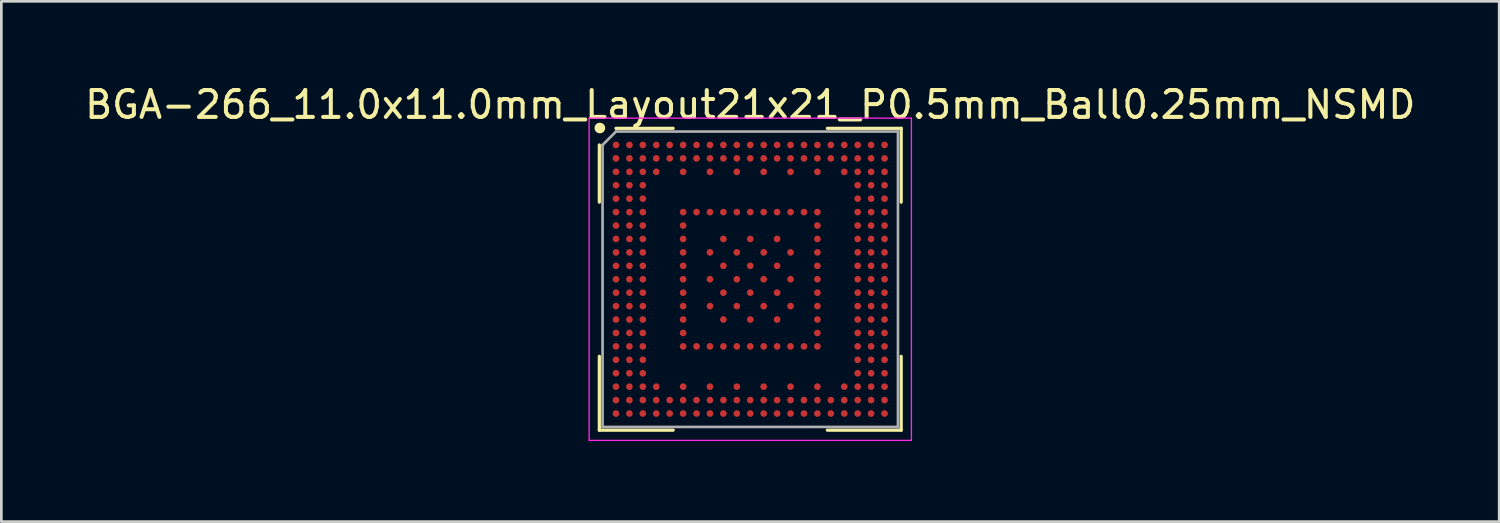
<source format=kicad_pcb>
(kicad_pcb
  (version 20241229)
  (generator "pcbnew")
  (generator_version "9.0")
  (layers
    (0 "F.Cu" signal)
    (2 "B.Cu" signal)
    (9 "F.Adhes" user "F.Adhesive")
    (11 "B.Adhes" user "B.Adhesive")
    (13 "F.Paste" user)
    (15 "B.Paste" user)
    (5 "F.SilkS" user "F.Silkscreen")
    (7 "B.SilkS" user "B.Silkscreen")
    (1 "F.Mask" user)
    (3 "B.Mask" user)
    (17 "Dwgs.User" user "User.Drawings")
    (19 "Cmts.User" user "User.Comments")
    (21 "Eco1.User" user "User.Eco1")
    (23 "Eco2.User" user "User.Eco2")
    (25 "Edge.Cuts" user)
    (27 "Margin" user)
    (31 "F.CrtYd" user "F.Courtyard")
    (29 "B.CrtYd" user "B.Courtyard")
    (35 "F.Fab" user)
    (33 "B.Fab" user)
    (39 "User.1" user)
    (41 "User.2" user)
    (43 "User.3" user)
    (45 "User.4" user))
  (footprint "BGA-266_11.0x11.0mm_Layout21x21_P0.5mm_Ball0.25mm_NSMD"
    (layer "F.Cu")
    (at 24.887 7.348)
    (property "Reference" "BGA-266_11.0x11.0mm_Layout21x21_P0.5mm_Ball0.25mm_NSMD" (at 0 -6.5 0) (layer "F.SilkS") (effects (font (size 1 1) (thickness 0.15))))
    (attr smd)
    (fp_line (start -5.62 -5) (end -5.62 -2.87) (stroke (width 0.12) (type default)) (layer "F.SilkS"))
    (fp_line (start -5.62 5.62) (end -5.62 2.87) (stroke (width 0.12) (type default)) (layer "F.SilkS"))
    (fp_line (start -2.87 -5.62) (end -5 -5.62) (stroke (width 0.12) (type default)) (layer "F.SilkS"))
    (fp_line (start -2.87 5.62) (end -5.62 5.62) (stroke (width 0.12) (type default)) (layer "F.SilkS"))
    (fp_line (start 2.87 -5.62) (end 5.62 -5.62) (stroke (width 0.12) (type default)) (layer "F.SilkS"))
    (fp_line (start 2.87 5.62) (end 5.62 5.62) (stroke (width 0.12) (type default)) (layer "F.SilkS"))
    (fp_line (start 5.62 -5.62) (end 5.62 -2.87) (stroke (width 0.12) (type default)) (layer "F.SilkS"))
    (fp_line (start 5.62 5.62) (end 5.62 2.87) (stroke (width 0.12) (type default)) (layer "F.SilkS"))
    (fp_circle (center -5.6 -5.631) (end -5.6 -5.631) (stroke (width 0.2) (type default)) (fill no) (layer "F.SilkS"))
    (fp_line (start -6 -6) (end 6 -6) (stroke (width 0.05) (type default)) (layer "F.CrtYd"))
    (fp_line (start -6 6) (end -6 -6) (stroke (width 0.05) (type default)) (layer "F.CrtYd"))
    (fp_line (start 6 -6) (end 6 6) (stroke (width 0.05) (type default)) (layer "F.CrtYd"))
    (fp_line (start 6 6) (end -6 6) (stroke (width 0.05) (type default)) (layer "F.CrtYd"))
    (fp_line (start -5.5 -5) (end -5.5 5.5) (stroke (width 0.1) (type default)) (layer "F.Fab"))
    (fp_line (start -5.5 5.5) (end 5.5 5.5) (stroke (width 0.1) (type default)) (layer "F.Fab"))
    (fp_line (start -5 -5.5) (end -5.5 -5) (stroke (width 0.1) (type default)) (layer "F.Fab"))
    (fp_line (start 5.5 -5.5) (end -5 -5.5) (stroke (width 0.1) (type default)) (layer "F.Fab"))
    (fp_line (start 5.5 5.5) (end 5.5 -5.5) (stroke (width 0.1) (type default)) (layer "F.Fab"))
    (pad "A1" smd circle (at -5 -5) (size 0.25 0.25) (layers "F.Cu" "F.Mask" "F.Paste"))
    (pad "A2" smd circle (at -4.5 -5) (size 0.25 0.25) (layers "F.Cu" "F.Mask" "F.Paste"))
    (pad "A3" smd circle (at -4 -5) (size 0.25 0.25) (layers "F.Cu" "F.Mask" "F.Paste"))
    (pad "A4" smd circle (at -3.5 -5) (size 0.25 0.25) (layers "F.Cu" "F.Mask" "F.Paste"))
    (pad "A5" smd circle (at -3 -5) (size 0.25 0.25) (layers "F.Cu" "F.Mask" "F.Paste"))
    (pad "A6" smd circle (at -2.5 -5) (size 0.25 0.25) (layers "F.Cu" "F.Mask" "F.Paste"))
    (pad "A7" smd circle (at -2 -5) (size 0.25 0.25) (layers "F.Cu" "F.Mask" "F.Paste"))
    (pad "A8" smd circle (at -1.5 -5) (size 0.25 0.25) (layers "F.Cu" "F.Mask" "F.Paste"))
    (pad "A9" smd circle (at -1 -5) (size 0.25 0.25) (layers "F.Cu" "F.Mask" "F.Paste"))
    (pad "A10" smd circle (at -0.5 -5) (size 0.25 0.25) (layers "F.Cu" "F.Mask" "F.Paste"))
    (pad "A11" smd circle (at 0 -5) (size 0.25 0.25) (layers "F.Cu" "F.Mask" "F.Paste"))
    (pad "A12" smd circle (at 0.5 -5) (size 0.25 0.25) (layers "F.Cu" "F.Mask" "F.Paste"))
    (pad "A13" smd circle (at 1 -5) (size 0.25 0.25) (layers "F.Cu" "F.Mask" "F.Paste"))
    (pad "A14" smd circle (at 1.5 -5) (size 0.25 0.25) (layers "F.Cu" "F.Mask" "F.Paste"))
    (pad "A15" smd circle (at 2 -5) (size 0.25 0.25) (layers "F.Cu" "F.Mask" "F.Paste"))
    (pad "A16" smd circle (at 2.5 -5) (size 0.25 0.25) (layers "F.Cu" "F.Mask" "F.Paste"))
    (pad "A17" smd circle (at 3 -5) (size 0.25 0.25) (layers "F.Cu" "F.Mask" "F.Paste"))
    (pad "A18" smd circle (at 3.5 -5) (size 0.25 0.25) (layers "F.Cu" "F.Mask" "F.Paste"))
    (pad "A19" smd circle (at 4 -5) (size 0.25 0.25) (layers "F.Cu" "F.Mask" "F.Paste"))
    (pad "A20" smd circle (at 4.5 -5) (size 0.25 0.25) (layers "F.Cu" "F.Mask" "F.Paste"))
    (pad "A21" smd circle (at 5 -5) (size 0.25 0.25) (layers "F.Cu" "F.Mask" "F.Paste"))
    (pad "AA1" smd circle (at -5 5) (size 0.25 0.25) (layers "F.Cu" "F.Mask" "F.Paste"))
    (pad "AA2" smd circle (at -4.5 5) (size 0.25 0.25) (layers "F.Cu" "F.Mask" "F.Paste"))
    (pad "AA3" smd circle (at -4 5) (size 0.25 0.25) (layers "F.Cu" "F.Mask" "F.Paste"))
    (pad "AA4" smd circle (at -3.5 5) (size 0.25 0.25) (layers "F.Cu" "F.Mask" "F.Paste"))
    (pad "AA5" smd circle (at -3 5) (size 0.25 0.25) (layers "F.Cu" "F.Mask" "F.Paste"))
    (pad "AA6" smd circle (at -2.5 5) (size 0.25 0.25) (layers "F.Cu" "F.Mask" "F.Paste"))
    (pad "AA7" smd circle (at -2 5) (size 0.25 0.25) (layers "F.Cu" "F.Mask" "F.Paste"))
    (pad "AA8" smd circle (at -1.5 5) (size 0.25 0.25) (layers "F.Cu" "F.Mask" "F.Paste"))
    (pad "AA9" smd circle (at -1 5) (size 0.25 0.25) (layers "F.Cu" "F.Mask" "F.Paste"))
    (pad "AA10" smd circle (at -0.5 5) (size 0.25 0.25) (layers "F.Cu" "F.Mask" "F.Paste"))
    (pad "AA11" smd circle (at 0 5) (size 0.25 0.25) (layers "F.Cu" "F.Mask" "F.Paste"))
    (pad "AA12" smd circle (at 0.5 5) (size 0.25 0.25) (layers "F.Cu" "F.Mask" "F.Paste"))
    (pad "AA13" smd circle (at 1 5) (size 0.25 0.25) (layers "F.Cu" "F.Mask" "F.Paste"))
    (pad "AA14" smd circle (at 1.5 5) (size 0.25 0.25) (layers "F.Cu" "F.Mask" "F.Paste"))
    (pad "AA15" smd circle (at 2 5) (size 0.25 0.25) (layers "F.Cu" "F.Mask" "F.Paste"))
    (pad "AA16" smd circle (at 2.5 5) (size 0.25 0.25) (layers "F.Cu" "F.Mask" "F.Paste"))
    (pad "AA17" smd circle (at 3 5) (size 0.25 0.25) (layers "F.Cu" "F.Mask" "F.Paste"))
    (pad "AA18" smd circle (at 3.5 5) (size 0.25 0.25) (layers "F.Cu" "F.Mask" "F.Paste"))
    (pad "AA19" smd circle (at 4 5) (size 0.25 0.25) (layers "F.Cu" "F.Mask" "F.Paste"))
    (pad "AA20" smd circle (at 4.5 5) (size 0.25 0.25) (layers "F.Cu" "F.Mask" "F.Paste"))
    (pad "AA21" smd circle (at 5 5) (size 0.25 0.25) (layers "F.Cu" "F.Mask" "F.Paste"))
    (pad "B1" smd circle (at -5 -4.5) (size 0.25 0.25) (layers "F.Cu" "F.Mask" "F.Paste"))
    (pad "B2" smd circle (at -4.5 -4.5) (size 0.25 0.25) (layers "F.Cu" "F.Mask" "F.Paste"))
    (pad "B3" smd circle (at -4 -4.5) (size 0.25 0.25) (layers "F.Cu" "F.Mask" "F.Paste"))
    (pad "B4" smd circle (at -3.5 -4.5) (size 0.25 0.25) (layers "F.Cu" "F.Mask" "F.Paste"))
    (pad "B5" smd circle (at -3 -4.5) (size 0.25 0.25) (layers "F.Cu" "F.Mask" "F.Paste"))
    (pad "B6" smd circle (at -2.5 -4.5) (size 0.25 0.25) (layers "F.Cu" "F.Mask" "F.Paste"))
    (pad "B7" smd circle (at -2 -4.5) (size 0.25 0.25) (layers "F.Cu" "F.Mask" "F.Paste"))
    (pad "B8" smd circle (at -1.5 -4.5) (size 0.25 0.25) (layers "F.Cu" "F.Mask" "F.Paste"))
    (pad "B9" smd circle (at -1 -4.5) (size 0.25 0.25) (layers "F.Cu" "F.Mask" "F.Paste"))
    (pad "B10" smd circle (at -0.5 -4.5) (size 0.25 0.25) (layers "F.Cu" "F.Mask" "F.Paste"))
    (pad "B11" smd circle (at 0 -4.5) (size 0.25 0.25) (layers "F.Cu" "F.Mask" "F.Paste"))
    (pad "B12" smd circle (at 0.5 -4.5) (size 0.25 0.25) (layers "F.Cu" "F.Mask" "F.Paste"))
    (pad "B13" smd circle (at 1 -4.5) (size 0.25 0.25) (layers "F.Cu" "F.Mask" "F.Paste"))
    (pad "B14" smd circle (at 1.5 -4.5) (size 0.25 0.25) (layers "F.Cu" "F.Mask" "F.Paste"))
    (pad "B15" smd circle (at 2 -4.5) (size 0.25 0.25) (layers "F.Cu" "F.Mask" "F.Paste"))
    (pad "B16" smd circle (at 2.5 -4.5) (size 0.25 0.25) (layers "F.Cu" "F.Mask" "F.Paste"))
    (pad "B17" smd circle (at 3 -4.5) (size 0.25 0.25) (layers "F.Cu" "F.Mask" "F.Paste"))
    (pad "B18" smd circle (at 3.5 -4.5) (size 0.25 0.25) (layers "F.Cu" "F.Mask" "F.Paste"))
    (pad "B19" smd circle (at 4 -4.5) (size 0.25 0.25) (layers "F.Cu" "F.Mask" "F.Paste"))
    (pad "B20" smd circle (at 4.5 -4.5) (size 0.25 0.25) (layers "F.Cu" "F.Mask" "F.Paste"))
    (pad "B21" smd circle (at 5 -4.5) (size 0.25 0.25) (layers "F.Cu" "F.Mask" "F.Paste"))
    (pad "C1" smd circle (at -5 -4) (size 0.25 0.25) (layers "F.Cu" "F.Mask" "F.Paste"))
    (pad "C2" smd circle (at -4.5 -4) (size 0.25 0.25) (layers "F.Cu" "F.Mask" "F.Paste"))
    (pad "C3" smd circle (at -4 -4) (size 0.25 0.25) (layers "F.Cu" "F.Mask" "F.Paste"))
    (pad "C4" smd circle (at -3.5 -4) (size 0.25 0.25) (layers "F.Cu" "F.Mask" "F.Paste"))
    (pad "C6" smd circle (at -2.5 -4) (size 0.25 0.25) (layers "F.Cu" "F.Mask" "F.Paste"))
    (pad "C8" smd circle (at -1.5 -4) (size 0.25 0.25) (layers "F.Cu" "F.Mask" "F.Paste"))
    (pad "C10" smd circle (at -0.5 -4) (size 0.25 0.25) (layers "F.Cu" "F.Mask" "F.Paste"))
    (pad "C12" smd circle (at 0.5 -4) (size 0.25 0.25) (layers "F.Cu" "F.Mask" "F.Paste"))
    (pad "C14" smd circle (at 1.5 -4) (size 0.25 0.25) (layers "F.Cu" "F.Mask" "F.Paste"))
    (pad "C16" smd circle (at 2.5 -4) (size 0.25 0.25) (layers "F.Cu" "F.Mask" "F.Paste"))
    (pad "C18" smd circle (at 3.5 -4) (size 0.25 0.25) (layers "F.Cu" "F.Mask" "F.Paste"))
    (pad "C19" smd circle (at 4 -4) (size 0.25 0.25) (layers "F.Cu" "F.Mask" "F.Paste"))
    (pad "C20" smd circle (at 4.5 -4) (size 0.25 0.25) (layers "F.Cu" "F.Mask" "F.Paste"))
    (pad "C21" smd circle (at 5 -4) (size 0.25 0.25) (layers "F.Cu" "F.Mask" "F.Paste"))
    (pad "D1" smd circle (at -5 -3.5) (size 0.25 0.25) (layers "F.Cu" "F.Mask" "F.Paste"))
    (pad "D2" smd circle (at -4.5 -3.5) (size 0.25 0.25) (layers "F.Cu" "F.Mask" "F.Paste"))
    (pad "D3" smd circle (at -4 -3.5) (size 0.25 0.25) (layers "F.Cu" "F.Mask" "F.Paste"))
    (pad "D19" smd circle (at 4 -3.5) (size 0.25 0.25) (layers "F.Cu" "F.Mask" "F.Paste"))
    (pad "D20" smd circle (at 4.5 -3.5) (size 0.25 0.25) (layers "F.Cu" "F.Mask" "F.Paste"))
    (pad "D21" smd circle (at 5 -3.5) (size 0.25 0.25) (layers "F.Cu" "F.Mask" "F.Paste"))
    (pad "E1" smd circle (at -5 -3) (size 0.25 0.25) (layers "F.Cu" "F.Mask" "F.Paste"))
    (pad "E2" smd circle (at -4.5 -3) (size 0.25 0.25) (layers "F.Cu" "F.Mask" "F.Paste"))
    (pad "E3" smd circle (at -4 -3) (size 0.25 0.25) (layers "F.Cu" "F.Mask" "F.Paste"))
    (pad "E19" smd circle (at 4 -3) (size 0.25 0.25) (layers "F.Cu" "F.Mask" "F.Paste"))
    (pad "E20" smd circle (at 4.5 -3) (size 0.25 0.25) (layers "F.Cu" "F.Mask" "F.Paste"))
    (pad "E21" smd circle (at 5 -3) (size 0.25 0.25) (layers "F.Cu" "F.Mask" "F.Paste"))
    (pad "F1" smd circle (at -5 -2.5) (size 0.25 0.25) (layers "F.Cu" "F.Mask" "F.Paste"))
    (pad "F2" smd circle (at -4.5 -2.5) (size 0.25 0.25) (layers "F.Cu" "F.Mask" "F.Paste"))
    (pad "F3" smd circle (at -4 -2.5) (size 0.25 0.25) (layers "F.Cu" "F.Mask" "F.Paste"))
    (pad "F6" smd circle (at -2.5 -2.5) (size 0.25 0.25) (layers "F.Cu" "F.Mask" "F.Paste"))
    (pad "F7" smd circle (at -2 -2.5) (size 0.25 0.25) (layers "F.Cu" "F.Mask" "F.Paste"))
    (pad "F8" smd circle (at -1.5 -2.5) (size 0.25 0.25) (layers "F.Cu" "F.Mask" "F.Paste"))
    (pad "F9" smd circle (at -1 -2.5) (size 0.25 0.25) (layers "F.Cu" "F.Mask" "F.Paste"))
    (pad "F10" smd circle (at -0.5 -2.5) (size 0.25 0.25) (layers "F.Cu" "F.Mask" "F.Paste"))
    (pad "F11" smd circle (at 0 -2.5) (size 0.25 0.25) (layers "F.Cu" "F.Mask" "F.Paste"))
    (pad "F12" smd circle (at 0.5 -2.5) (size 0.25 0.25) (layers "F.Cu" "F.Mask" "F.Paste"))
    (pad "F13" smd circle (at 1 -2.5) (size 0.25 0.25) (layers "F.Cu" "F.Mask" "F.Paste"))
    (pad "F14" smd circle (at 1.5 -2.5) (size 0.25 0.25) (layers "F.Cu" "F.Mask" "F.Paste"))
    (pad "F15" smd circle (at 2 -2.5) (size 0.25 0.25) (layers "F.Cu" "F.Mask" "F.Paste"))
    (pad "F16" smd circle (at 2.5 -2.5) (size 0.25 0.25) (layers "F.Cu" "F.Mask" "F.Paste"))
    (pad "F19" smd circle (at 4 -2.5) (size 0.25 0.25) (layers "F.Cu" "F.Mask" "F.Paste"))
    (pad "F20" smd circle (at 4.5 -2.5) (size 0.25 0.25) (layers "F.Cu" "F.Mask" "F.Paste"))
    (pad "F21" smd circle (at 5 -2.5) (size 0.25 0.25) (layers "F.Cu" "F.Mask" "F.Paste"))
    (pad "G1" smd circle (at -5 -2) (size 0.25 0.25) (layers "F.Cu" "F.Mask" "F.Paste"))
    (pad "G2" smd circle (at -4.5 -2) (size 0.25 0.25) (layers "F.Cu" "F.Mask" "F.Paste"))
    (pad "G3" smd circle (at -4 -2) (size 0.25 0.25) (layers "F.Cu" "F.Mask" "F.Paste"))
    (pad "G6" smd circle (at -2.5 -2) (size 0.25 0.25) (layers "F.Cu" "F.Mask" "F.Paste"))
    (pad "G16" smd circle (at 2.5 -2) (size 0.25 0.25) (layers "F.Cu" "F.Mask" "F.Paste"))
    (pad "G19" smd circle (at 4 -2) (size 0.25 0.25) (layers "F.Cu" "F.Mask" "F.Paste"))
    (pad "G20" smd circle (at 4.5 -2) (size 0.25 0.25) (layers "F.Cu" "F.Mask" "F.Paste"))
    (pad "G21" smd circle (at 5 -2) (size 0.25 0.25) (layers "F.Cu" "F.Mask" "F.Paste"))
    (pad "H1" smd circle (at -5 -1.5) (size 0.25 0.25) (layers "F.Cu" "F.Mask" "F.Paste"))
    (pad "H2" smd circle (at -4.5 -1.5) (size 0.25 0.25) (layers "F.Cu" "F.Mask" "F.Paste"))
    (pad "H3" smd circle (at -4 -1.5) (size 0.25 0.25) (layers "F.Cu" "F.Mask" "F.Paste"))
    (pad "H6" smd circle (at -2.5 -1.5) (size 0.25 0.25) (layers "F.Cu" "F.Mask" "F.Paste"))
    (pad "H9" smd circle (at -1 -1.5) (size 0.25 0.25) (layers "F.Cu" "F.Mask" "F.Paste"))
    (pad "H11" smd circle (at 0 -1.5) (size 0.25 0.25) (layers "F.Cu" "F.Mask" "F.Paste"))
    (pad "H13" smd circle (at 1 -1.5) (size 0.25 0.25) (layers "F.Cu" "F.Mask" "F.Paste"))
    (pad "H16" smd circle (at 2.5 -1.5) (size 0.25 0.25) (layers "F.Cu" "F.Mask" "F.Paste"))
    (pad "H19" smd circle (at 4 -1.5) (size 0.25 0.25) (layers "F.Cu" "F.Mask" "F.Paste"))
    (pad "H20" smd circle (at 4.5 -1.5) (size 0.25 0.25) (layers "F.Cu" "F.Mask" "F.Paste"))
    (pad "H21" smd circle (at 5 -1.5) (size 0.25 0.25) (layers "F.Cu" "F.Mask" "F.Paste"))
    (pad "J1" smd circle (at -5 -1) (size 0.25 0.25) (layers "F.Cu" "F.Mask" "F.Paste"))
    (pad "J2" smd circle (at -4.5 -1) (size 0.25 0.25) (layers "F.Cu" "F.Mask" "F.Paste"))
    (pad "J3" smd circle (at -4 -1) (size 0.25 0.25) (layers "F.Cu" "F.Mask" "F.Paste"))
    (pad "J6" smd circle (at -2.5 -1) (size 0.25 0.25) (layers "F.Cu" "F.Mask" "F.Paste"))
    (pad "J8" smd circle (at -1.5 -1) (size 0.25 0.25) (layers "F.Cu" "F.Mask" "F.Paste"))
    (pad "J10" smd circle (at -0.5 -1) (size 0.25 0.25) (layers "F.Cu" "F.Mask" "F.Paste"))
    (pad "J12" smd circle (at 0.5 -1) (size 0.25 0.25) (layers "F.Cu" "F.Mask" "F.Paste"))
    (pad "J14" smd circle (at 1.5 -1) (size 0.25 0.25) (layers "F.Cu" "F.Mask" "F.Paste"))
    (pad "J16" smd circle (at 2.5 -1) (size 0.25 0.25) (layers "F.Cu" "F.Mask" "F.Paste"))
    (pad "J19" smd circle (at 4 -1) (size 0.25 0.25) (layers "F.Cu" "F.Mask" "F.Paste"))
    (pad "J20" smd circle (at 4.5 -1) (size 0.25 0.25) (layers "F.Cu" "F.Mask" "F.Paste"))
    (pad "J21" smd circle (at 5 -1) (size 0.25 0.25) (layers "F.Cu" "F.Mask" "F.Paste"))
    (pad "K1" smd circle (at -5 -0.5) (size 0.25 0.25) (layers "F.Cu" "F.Mask" "F.Paste"))
    (pad "K2" smd circle (at -4.5 -0.5) (size 0.25 0.25) (layers "F.Cu" "F.Mask" "F.Paste"))
    (pad "K3" smd circle (at -4 -0.5) (size 0.25 0.25) (layers "F.Cu" "F.Mask" "F.Paste"))
    (pad "K6" smd circle (at -2.5 -0.5) (size 0.25 0.25) (layers "F.Cu" "F.Mask" "F.Paste"))
    (pad "K9" smd circle (at -1 -0.5) (size 0.25 0.25) (layers "F.Cu" "F.Mask" "F.Paste"))
    (pad "K11" smd circle (at 0 -0.5) (size 0.25 0.25) (layers "F.Cu" "F.Mask" "F.Paste"))
    (pad "K13" smd circle (at 1 -0.5) (size 0.25 0.25) (layers "F.Cu" "F.Mask" "F.Paste"))
    (pad "K16" smd circle (at 2.5 -0.5) (size 0.25 0.25) (layers "F.Cu" "F.Mask" "F.Paste"))
    (pad "K19" smd circle (at 4 -0.5) (size 0.25 0.25) (layers "F.Cu" "F.Mask" "F.Paste"))
    (pad "K20" smd circle (at 4.5 -0.5) (size 0.25 0.25) (layers "F.Cu" "F.Mask" "F.Paste"))
    (pad "K21" smd circle (at 5 -0.5) (size 0.25 0.25) (layers "F.Cu" "F.Mask" "F.Paste"))
    (pad "L1" smd circle (at -5 0) (size 0.25 0.25) (layers "F.Cu" "F.Mask" "F.Paste"))
    (pad "L2" smd circle (at -4.5 0) (size 0.25 0.25) (layers "F.Cu" "F.Mask" "F.Paste"))
    (pad "L3" smd circle (at -4 0) (size 0.25 0.25) (layers "F.Cu" "F.Mask" "F.Paste"))
    (pad "L6" smd circle (at -2.5 0) (size 0.25 0.25) (layers "F.Cu" "F.Mask" "F.Paste"))
    (pad "L8" smd circle (at -1.5 0) (size 0.25 0.25) (layers "F.Cu" "F.Mask" "F.Paste"))
    (pad "L10" smd circle (at -0.5 0) (size 0.25 0.25) (layers "F.Cu" "F.Mask" "F.Paste"))
    (pad "L12" smd circle (at 0.5 0) (size 0.25 0.25) (layers "F.Cu" "F.Mask" "F.Paste"))
    (pad "L14" smd circle (at 1.5 0) (size 0.25 0.25) (layers "F.Cu" "F.Mask" "F.Paste"))
    (pad "L16" smd circle (at 2.5 0) (size 0.25 0.25) (layers "F.Cu" "F.Mask" "F.Paste"))
    (pad "L19" smd circle (at 4 0) (size 0.25 0.25) (layers "F.Cu" "F.Mask" "F.Paste"))
    (pad "L20" smd circle (at 4.5 0) (size 0.25 0.25) (layers "F.Cu" "F.Mask" "F.Paste"))
    (pad "L21" smd circle (at 5 0) (size 0.25 0.25) (layers "F.Cu" "F.Mask" "F.Paste"))
    (pad "M1" smd circle (at -5 0.5) (size 0.25 0.25) (layers "F.Cu" "F.Mask" "F.Paste"))
    (pad "M2" smd circle (at -4.5 0.5) (size 0.25 0.25) (layers "F.Cu" "F.Mask" "F.Paste"))
    (pad "M3" smd circle (at -4 0.5) (size 0.25 0.25) (layers "F.Cu" "F.Mask" "F.Paste"))
    (pad "M6" smd circle (at -2.5 0.5) (size 0.25 0.25) (layers "F.Cu" "F.Mask" "F.Paste"))
    (pad "M9" smd circle (at -1 0.5) (size 0.25 0.25) (layers "F.Cu" "F.Mask" "F.Paste"))
    (pad "M11" smd circle (at 0 0.5) (size 0.25 0.25) (layers "F.Cu" "F.Mask" "F.Paste"))
    (pad "M13" smd circle (at 1 0.5) (size 0.25 0.25) (layers "F.Cu" "F.Mask" "F.Paste"))
    (pad "M16" smd circle (at 2.5 0.5) (size 0.25 0.25) (layers "F.Cu" "F.Mask" "F.Paste"))
    (pad "M19" smd circle (at 4 0.5) (size 0.25 0.25) (layers "F.Cu" "F.Mask" "F.Paste"))
    (pad "M20" smd circle (at 4.5 0.5) (size 0.25 0.25) (layers "F.Cu" "F.Mask" "F.Paste"))
    (pad "M21" smd circle (at 5 0.5) (size 0.25 0.25) (layers "F.Cu" "F.Mask" "F.Paste"))
    (pad "N1" smd circle (at -5 1) (size 0.25 0.25) (layers "F.Cu" "F.Mask" "F.Paste"))
    (pad "N2" smd circle (at -4.5 1) (size 0.25 0.25) (layers "F.Cu" "F.Mask" "F.Paste"))
    (pad "N3" smd circle (at -4 1) (size 0.25 0.25) (layers "F.Cu" "F.Mask" "F.Paste"))
    (pad "N6" smd circle (at -2.5 1) (size 0.25 0.25) (layers "F.Cu" "F.Mask" "F.Paste"))
    (pad "N8" smd circle (at -1.5 1) (size 0.25 0.25) (layers "F.Cu" "F.Mask" "F.Paste"))
    (pad "N10" smd circle (at -0.5 1) (size 0.25 0.25) (layers "F.Cu" "F.Mask" "F.Paste"))
    (pad "N12" smd circle (at 0.5 1) (size 0.25 0.25) (layers "F.Cu" "F.Mask" "F.Paste"))
    (pad "N14" smd circle (at 1.5 1) (size 0.25 0.25) (layers "F.Cu" "F.Mask" "F.Paste"))
    (pad "N16" smd circle (at 2.5 1) (size 0.25 0.25) (layers "F.Cu" "F.Mask" "F.Paste"))
    (pad "N19" smd circle (at 4 1) (size 0.25 0.25) (layers "F.Cu" "F.Mask" "F.Paste"))
    (pad "N20" smd circle (at 4.5 1) (size 0.25 0.25) (layers "F.Cu" "F.Mask" "F.Paste"))
    (pad "N21" smd circle (at 5 1) (size 0.25 0.25) (layers "F.Cu" "F.Mask" "F.Paste"))
    (pad "P1" smd circle (at -5 1.5) (size 0.25 0.25) (layers "F.Cu" "F.Mask" "F.Paste"))
    (pad "P2" smd circle (at -4.5 1.5) (size 0.25 0.25) (layers "F.Cu" "F.Mask" "F.Paste"))
    (pad "P3" smd circle (at -4 1.5) (size 0.25 0.25) (layers "F.Cu" "F.Mask" "F.Paste"))
    (pad "P6" smd circle (at -2.5 1.5) (size 0.25 0.25) (layers "F.Cu" "F.Mask" "F.Paste"))
    (pad "P9" smd circle (at -1 1.5) (size 0.25 0.25) (layers "F.Cu" "F.Mask" "F.Paste"))
    (pad "P11" smd circle (at 0 1.5) (size 0.25 0.25) (layers "F.Cu" "F.Mask" "F.Paste"))
    (pad "P13" smd circle (at 1 1.5) (size 0.25 0.25) (layers "F.Cu" "F.Mask" "F.Paste"))
    (pad "P16" smd circle (at 2.5 1.5) (size 0.25 0.25) (layers "F.Cu" "F.Mask" "F.Paste"))
    (pad "P19" smd circle (at 4 1.5) (size 0.25 0.25) (layers "F.Cu" "F.Mask" "F.Paste"))
    (pad "P20" smd circle (at 4.5 1.5) (size 0.25 0.25) (layers "F.Cu" "F.Mask" "F.Paste"))
    (pad "P21" smd circle (at 5 1.5) (size 0.25 0.25) (layers "F.Cu" "F.Mask" "F.Paste"))
    (pad "R1" smd circle (at -5 2) (size 0.25 0.25) (layers "F.Cu" "F.Mask" "F.Paste"))
    (pad "R2" smd circle (at -4.5 2) (size 0.25 0.25) (layers "F.Cu" "F.Mask" "F.Paste"))
    (pad "R3" smd circle (at -4 2) (size 0.25 0.25) (layers "F.Cu" "F.Mask" "F.Paste"))
    (pad "R6" smd circle (at -2.5 2) (size 0.25 0.25) (layers "F.Cu" "F.Mask" "F.Paste"))
    (pad "R16" smd circle (at 2.5 2) (size 0.25 0.25) (layers "F.Cu" "F.Mask" "F.Paste"))
    (pad "R19" smd circle (at 4 2) (size 0.25 0.25) (layers "F.Cu" "F.Mask" "F.Paste"))
    (pad "R20" smd circle (at 4.5 2) (size 0.25 0.25) (layers "F.Cu" "F.Mask" "F.Paste"))
    (pad "R21" smd circle (at 5 2) (size 0.25 0.25) (layers "F.Cu" "F.Mask" "F.Paste"))
    (pad "T1" smd circle (at -5 2.5) (size 0.25 0.25) (layers "F.Cu" "F.Mask" "F.Paste"))
    (pad "T2" smd circle (at -4.5 2.5) (size 0.25 0.25) (layers "F.Cu" "F.Mask" "F.Paste"))
    (pad "T3" smd circle (at -4 2.5) (size 0.25 0.25) (layers "F.Cu" "F.Mask" "F.Paste"))
    (pad "T6" smd circle (at -2.5 2.5) (size 0.25 0.25) (layers "F.Cu" "F.Mask" "F.Paste"))
    (pad "T7" smd circle (at -2 2.5) (size 0.25 0.25) (layers "F.Cu" "F.Mask" "F.Paste"))
    (pad "T8" smd circle (at -1.5 2.5) (size 0.25 0.25) (layers "F.Cu" "F.Mask" "F.Paste"))
    (pad "T9" smd circle (at -1 2.5) (size 0.25 0.25) (layers "F.Cu" "F.Mask" "F.Paste"))
    (pad "T10" smd circle (at -0.5 2.5) (size 0.25 0.25) (layers "F.Cu" "F.Mask" "F.Paste"))
    (pad "T11" smd circle (at 0 2.5) (size 0.25 0.25) (layers "F.Cu" "F.Mask" "F.Paste"))
    (pad "T12" smd circle (at 0.5 2.5) (size 0.25 0.25) (layers "F.Cu" "F.Mask" "F.Paste"))
    (pad "T13" smd circle (at 1 2.5) (size 0.25 0.25) (layers "F.Cu" "F.Mask" "F.Paste"))
    (pad "T14" smd circle (at 1.5 2.5) (size 0.25 0.25) (layers "F.Cu" "F.Mask" "F.Paste"))
    (pad "T15" smd circle (at 2 2.5) (size 0.25 0.25) (layers "F.Cu" "F.Mask" "F.Paste"))
    (pad "T16" smd circle (at 2.5 2.5) (size 0.25 0.25) (layers "F.Cu" "F.Mask" "F.Paste"))
    (pad "T19" smd circle (at 4 2.5) (size 0.25 0.25) (layers "F.Cu" "F.Mask" "F.Paste"))
    (pad "T20" smd circle (at 4.5 2.5) (size 0.25 0.25) (layers "F.Cu" "F.Mask" "F.Paste"))
    (pad "T21" smd circle (at 5 2.5) (size 0.25 0.25) (layers "F.Cu" "F.Mask" "F.Paste"))
    (pad "U1" smd circle (at -5 3) (size 0.25 0.25) (layers "F.Cu" "F.Mask" "F.Paste"))
    (pad "U2" smd circle (at -4.5 3) (size 0.25 0.25) (layers "F.Cu" "F.Mask" "F.Paste"))
    (pad "U3" smd circle (at -4 3) (size 0.25 0.25) (layers "F.Cu" "F.Mask" "F.Paste"))
    (pad "U19" smd circle (at 4 3) (size 0.25 0.25) (layers "F.Cu" "F.Mask" "F.Paste"))
    (pad "U20" smd circle (at 4.5 3) (size 0.25 0.25) (layers "F.Cu" "F.Mask" "F.Paste"))
    (pad "U21" smd circle (at 5 3) (size 0.25 0.25) (layers "F.Cu" "F.Mask" "F.Paste"))
    (pad "V1" smd circle (at -5 3.5) (size 0.25 0.25) (layers "F.Cu" "F.Mask" "F.Paste"))
    (pad "V2" smd circle (at -4.5 3.5) (size 0.25 0.25) (layers "F.Cu" "F.Mask" "F.Paste"))
    (pad "V3" smd circle (at -4 3.5) (size 0.25 0.25) (layers "F.Cu" "F.Mask" "F.Paste"))
    (pad "V19" smd circle (at 4 3.5) (size 0.25 0.25) (layers "F.Cu" "F.Mask" "F.Paste"))
    (pad "V20" smd circle (at 4.5 3.5) (size 0.25 0.25) (layers "F.Cu" "F.Mask" "F.Paste"))
    (pad "V21" smd circle (at 5 3.5) (size 0.25 0.25) (layers "F.Cu" "F.Mask" "F.Paste"))
    (pad "W1" smd circle (at -5 4) (size 0.25 0.25) (layers "F.Cu" "F.Mask" "F.Paste"))
    (pad "W2" smd circle (at -4.5 4) (size 0.25 0.25) (layers "F.Cu" "F.Mask" "F.Paste"))
    (pad "W3" smd circle (at -4 4) (size 0.25 0.25) (layers "F.Cu" "F.Mask" "F.Paste"))
    (pad "W4" smd circle (at -3.5 4) (size 0.25 0.25) (layers "F.Cu" "F.Mask" "F.Paste"))
    (pad "W6" smd circle (at -2.5 4) (size 0.25 0.25) (layers "F.Cu" "F.Mask" "F.Paste"))
    (pad "W8" smd circle (at -1.5 4) (size 0.25 0.25) (layers "F.Cu" "F.Mask" "F.Paste"))
    (pad "W10" smd circle (at -0.5 4) (size 0.25 0.25) (layers "F.Cu" "F.Mask" "F.Paste"))
    (pad "W12" smd circle (at 0.5 4) (size 0.25 0.25) (layers "F.Cu" "F.Mask" "F.Paste"))
    (pad "W14" smd circle (at 1.5 4) (size 0.25 0.25) (layers "F.Cu" "F.Mask" "F.Paste"))
    (pad "W16" smd circle (at 2.5 4) (size 0.25 0.25) (layers "F.Cu" "F.Mask" "F.Paste"))
    (pad "W18" smd circle (at 3.5 4) (size 0.25 0.25) (layers "F.Cu" "F.Mask" "F.Paste"))
    (pad "W19" smd circle (at 4 4) (size 0.25 0.25) (layers "F.Cu" "F.Mask" "F.Paste"))
    (pad "W20" smd circle (at 4.5 4) (size 0.25 0.25) (layers "F.Cu" "F.Mask" "F.Paste"))
    (pad "W21" smd circle (at 5 4) (size 0.25 0.25) (layers "F.Cu" "F.Mask" "F.Paste"))
    (pad "Y1" smd circle (at -5 4.5) (size 0.25 0.25) (layers "F.Cu" "F.Mask" "F.Paste"))
    (pad "Y2" smd circle (at -4.5 4.5) (size 0.25 0.25) (layers "F.Cu" "F.Mask" "F.Paste"))
    (pad "Y3" smd circle (at -4 4.5) (size 0.25 0.25) (layers "F.Cu" "F.Mask" "F.Paste"))
    (pad "Y4" smd circle (at -3.5 4.5) (size 0.25 0.25) (layers "F.Cu" "F.Mask" "F.Paste"))
    (pad "Y5" smd circle (at -3 4.5) (size 0.25 0.25) (layers "F.Cu" "F.Mask" "F.Paste"))
    (pad "Y6" smd circle (at -2.5 4.5) (size 0.25 0.25) (layers "F.Cu" "F.Mask" "F.Paste"))
    (pad "Y7" smd circle (at -2 4.5) (size 0.25 0.25) (layers "F.Cu" "F.Mask" "F.Paste"))
    (pad "Y8" smd circle (at -1.5 4.5) (size 0.25 0.25) (layers "F.Cu" "F.Mask" "F.Paste"))
    (pad "Y9" smd circle (at -1 4.5) (size 0.25 0.25) (layers "F.Cu" "F.Mask" "F.Paste"))
    (pad "Y10" smd circle (at -0.5 4.5) (size 0.25 0.25) (layers "F.Cu" "F.Mask" "F.Paste"))
    (pad "Y11" smd circle (at 0 4.5) (size 0.25 0.25) (layers "F.Cu" "F.Mask" "F.Paste"))
    (pad "Y12" smd circle (at 0.5 4.5) (size 0.25 0.25) (layers "F.Cu" "F.Mask" "F.Paste"))
    (pad "Y13" smd circle (at 1 4.5) (size 0.25 0.25) (layers "F.Cu" "F.Mask" "F.Paste"))
    (pad "Y14" smd circle (at 1.5 4.5) (size 0.25 0.25) (layers "F.Cu" "F.Mask" "F.Paste"))
    (pad "Y15" smd circle (at 2 4.5) (size 0.25 0.25) (layers "F.Cu" "F.Mask" "F.Paste"))
    (pad "Y16" smd circle (at 2.5 4.5) (size 0.25 0.25) (layers "F.Cu" "F.Mask" "F.Paste"))
    (pad "Y17" smd circle (at 3 4.5) (size 0.25 0.25) (layers "F.Cu" "F.Mask" "F.Paste"))
    (pad "Y18" smd circle (at 3.5 4.5) (size 0.25 0.25) (layers "F.Cu" "F.Mask" "F.Paste"))
    (pad "Y19" smd circle (at 4 4.5) (size 0.25 0.25) (layers "F.Cu" "F.Mask" "F.Paste"))
    (pad "Y20" smd circle (at 4.5 4.5) (size 0.25 0.25) (layers "F.Cu" "F.Mask" "F.Paste"))
    (pad "Y21" smd circle (at 5 4.5) (size 0.25 0.25) (layers "F.Cu" "F.Mask" "F.Paste")))
  (gr_rect
    (start -3 -3)
    (end 52.774 16.373)
    (stroke (width 0.1) (type default))
    (fill no)
    (layer "Edge.Cuts")))
</source>
